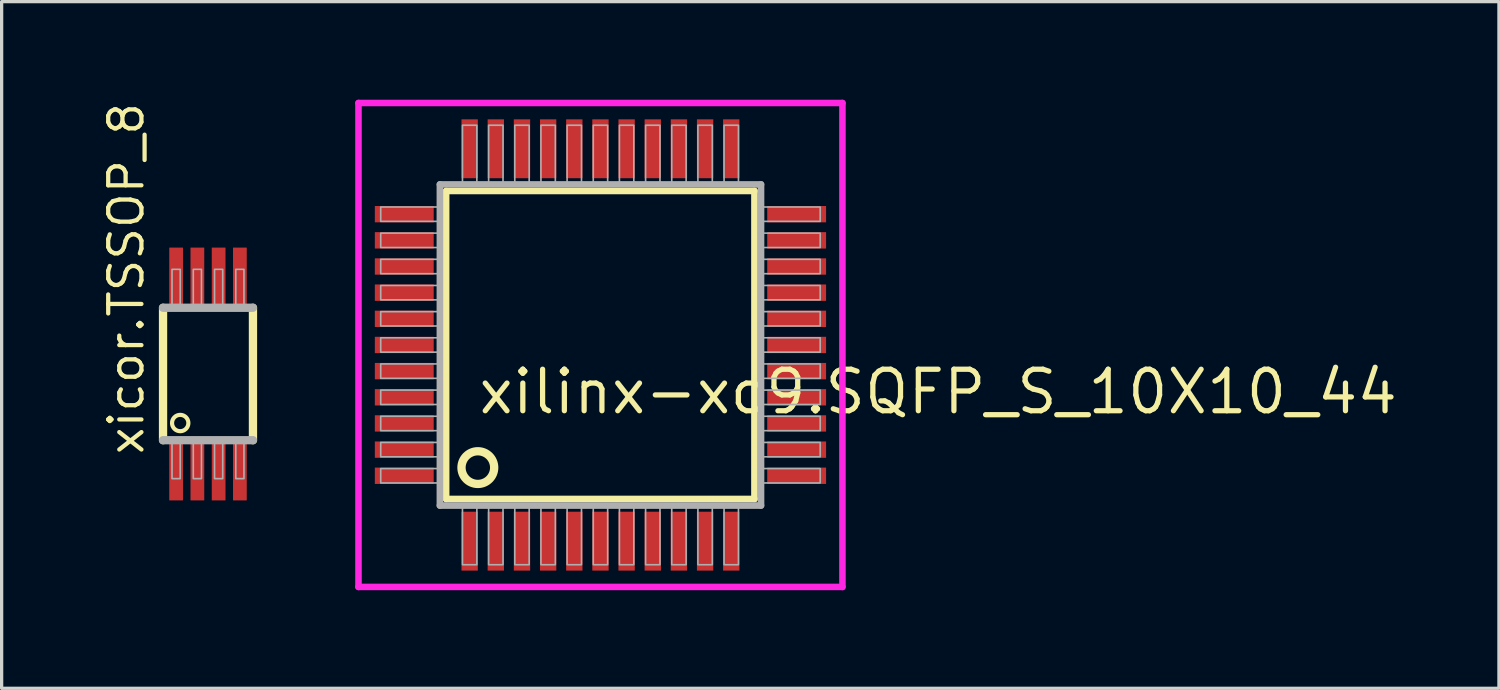
<source format=kicad_pcb>
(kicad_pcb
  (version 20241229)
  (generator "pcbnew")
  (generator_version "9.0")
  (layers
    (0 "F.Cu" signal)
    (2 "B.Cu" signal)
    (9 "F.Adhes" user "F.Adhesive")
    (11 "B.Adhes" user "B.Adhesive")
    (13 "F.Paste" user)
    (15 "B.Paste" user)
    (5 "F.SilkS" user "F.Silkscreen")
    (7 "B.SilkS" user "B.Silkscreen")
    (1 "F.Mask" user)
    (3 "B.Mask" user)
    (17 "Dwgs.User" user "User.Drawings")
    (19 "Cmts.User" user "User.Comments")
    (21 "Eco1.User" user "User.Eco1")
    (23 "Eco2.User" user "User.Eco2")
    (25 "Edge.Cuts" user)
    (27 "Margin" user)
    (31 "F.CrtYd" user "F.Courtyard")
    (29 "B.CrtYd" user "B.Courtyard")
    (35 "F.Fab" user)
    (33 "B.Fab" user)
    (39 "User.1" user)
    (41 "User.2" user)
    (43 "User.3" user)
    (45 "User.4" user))
  (footprint "xilinx-xc9.SQFP_S_10X10_44"
    (layer "F.Cu")
    (at 15.313 7.5)
    (property "Reference" "xilinx-xc9.SQFP_S_10X10_44" (at -3.81 2.175 0) (layer "F.SilkS") (effects (font (size 1.27 1.27) (thickness 0.16)) (justify left bottom)))
    (attr smd)
    (fp_line (start -4.72 -4.71) (end 4.71 -4.71) (stroke (width 0.203) (type default)) (layer "F.SilkS"))
    (fp_line (start -4.72 4.71) (end -4.72 -4.71) (stroke (width 0.203) (type default)) (layer "F.SilkS"))
    (fp_line (start 4.71 -4.71) (end 4.71 4.71) (stroke (width 0.203) (type default)) (layer "F.SilkS"))
    (fp_line (start 4.71 4.71) (end -4.72 4.71) (stroke (width 0.203) (type default)) (layer "F.SilkS"))
    (fp_circle (center -3.75 3.75) (end -3.25 3.75) (stroke (width 0.254) (type default)) (fill no) (layer "F.SilkS"))
    (fp_line (start -7.4 -7.4) (end 7.4 -7.4) (stroke (width 0.2) (type default)) (layer "F.CrtYd"))
    (fp_line (start -7.4 7.4) (end -7.4 -7.4) (stroke (width 0.2) (type default)) (layer "F.CrtYd"))
    (fp_line (start 7.4 -7.4) (end 7.4 7.4) (stroke (width 0.2) (type default)) (layer "F.CrtYd"))
    (fp_line (start 7.4 7.4) (end -7.4 7.4) (stroke (width 0.2) (type default)) (layer "F.CrtYd"))
    (fp_line (start -4.91 -4.91) (end -4.91 4.91) (stroke (width 0.203) (type default)) (layer "F.Fab"))
    (fp_line (start -4.91 4.91) (end 4.91 4.91) (stroke (width 0.203) (type default)) (layer "F.Fab"))
    (fp_line (start 4.91 -4.91) (end -4.91 -4.91) (stroke (width 0.203) (type default)) (layer "F.Fab"))
    (fp_line (start 4.91 4.91) (end 4.91 -4.91) (stroke (width 0.203) (type default)) (layer "F.Fab"))
    (fp_rect (start -6.72 -3.78) (end -4.95 -4.22) (stroke (width 0.05) (type default)) (fill no) (layer "F.Fab"))
    (fp_rect (start -6.72 -2.98) (end -4.95 -3.42) (stroke (width 0.05) (type default)) (fill no) (layer "F.Fab"))
    (fp_rect (start -6.72 -2.18) (end -4.95 -2.62) (stroke (width 0.05) (type default)) (fill no) (layer "F.Fab"))
    (fp_rect (start -6.72 -1.38) (end -4.95 -1.82) (stroke (width 0.05) (type default)) (fill no) (layer "F.Fab"))
    (fp_rect (start -6.72 -0.58) (end -4.95 -1.02) (stroke (width 0.05) (type default)) (fill no) (layer "F.Fab"))
    (fp_rect (start -6.72 0.22) (end -4.95 -0.22) (stroke (width 0.05) (type default)) (fill no) (layer "F.Fab"))
    (fp_rect (start -6.72 1.02) (end -4.95 0.58) (stroke (width 0.05) (type default)) (fill no) (layer "F.Fab"))
    (fp_rect (start -6.72 1.82) (end -4.95 1.38) (stroke (width 0.05) (type default)) (fill no) (layer "F.Fab"))
    (fp_rect (start -6.72 2.62) (end -4.95 2.18) (stroke (width 0.05) (type default)) (fill no) (layer "F.Fab"))
    (fp_rect (start -6.72 3.42) (end -4.95 2.98) (stroke (width 0.05) (type default)) (fill no) (layer "F.Fab"))
    (fp_rect (start -6.72 4.22) (end -4.95 3.78) (stroke (width 0.05) (type default)) (fill no) (layer "F.Fab"))
    (fp_rect (start -4.22 -4.95) (end -3.78 -6.72) (stroke (width 0.05) (type default)) (fill no) (layer "F.Fab"))
    (fp_rect (start -4.22 6.72) (end -3.78 4.95) (stroke (width 0.05) (type default)) (fill no) (layer "F.Fab"))
    (fp_rect (start -3.42 -4.95) (end -2.98 -6.72) (stroke (width 0.05) (type default)) (fill no) (layer "F.Fab"))
    (fp_rect (start -3.42 6.72) (end -2.98 4.95) (stroke (width 0.05) (type default)) (fill no) (layer "F.Fab"))
    (fp_rect (start -2.62 -4.95) (end -2.18 -6.72) (stroke (width 0.05) (type default)) (fill no) (layer "F.Fab"))
    (fp_rect (start -2.62 6.72) (end -2.18 4.95) (stroke (width 0.05) (type default)) (fill no) (layer "F.Fab"))
    (fp_rect (start -1.82 -4.95) (end -1.38 -6.72) (stroke (width 0.05) (type default)) (fill no) (layer "F.Fab"))
    (fp_rect (start -1.82 6.72) (end -1.38 4.95) (stroke (width 0.05) (type default)) (fill no) (layer "F.Fab"))
    (fp_rect (start -1.02 -4.95) (end -0.58 -6.72) (stroke (width 0.05) (type default)) (fill no) (layer "F.Fab"))
    (fp_rect (start -1.02 6.72) (end -0.58 4.95) (stroke (width 0.05) (type default)) (fill no) (layer "F.Fab"))
    (fp_rect (start -0.22 -4.95) (end 0.22 -6.72) (stroke (width 0.05) (type default)) (fill no) (layer "F.Fab"))
    (fp_rect (start -0.22 6.72) (end 0.22 4.95) (stroke (width 0.05) (type default)) (fill no) (layer "F.Fab"))
    (fp_rect (start 0.58 -4.95) (end 1.02 -6.72) (stroke (width 0.05) (type default)) (fill no) (layer "F.Fab"))
    (fp_rect (start 0.58 6.72) (end 1.02 4.95) (stroke (width 0.05) (type default)) (fill no) (layer "F.Fab"))
    (fp_rect (start 1.38 -4.95) (end 1.82 -6.72) (stroke (width 0.05) (type default)) (fill no) (layer "F.Fab"))
    (fp_rect (start 1.38 6.72) (end 1.82 4.95) (stroke (width 0.05) (type default)) (fill no) (layer "F.Fab"))
    (fp_rect (start 2.18 -4.95) (end 2.62 -6.72) (stroke (width 0.05) (type default)) (fill no) (layer "F.Fab"))
    (fp_rect (start 2.18 6.72) (end 2.62 4.95) (stroke (width 0.05) (type default)) (fill no) (layer "F.Fab"))
    (fp_rect (start 2.98 -4.95) (end 3.42 -6.72) (stroke (width 0.05) (type default)) (fill no) (layer "F.Fab"))
    (fp_rect (start 2.98 6.72) (end 3.42 4.95) (stroke (width 0.05) (type default)) (fill no) (layer "F.Fab"))
    (fp_rect (start 3.78 -4.95) (end 4.22 -6.72) (stroke (width 0.05) (type default)) (fill no) (layer "F.Fab"))
    (fp_rect (start 3.78 6.72) (end 4.22 4.95) (stroke (width 0.05) (type default)) (fill no) (layer "F.Fab"))
    (fp_rect (start 4.95 -3.78) (end 6.72 -4.22) (stroke (width 0.05) (type default)) (fill no) (layer "F.Fab"))
    (fp_rect (start 4.95 -2.98) (end 6.72 -3.42) (stroke (width 0.05) (type default)) (fill no) (layer "F.Fab"))
    (fp_rect (start 4.95 -2.18) (end 6.72 -2.62) (stroke (width 0.05) (type default)) (fill no) (layer "F.Fab"))
    (fp_rect (start 4.95 -1.38) (end 6.72 -1.82) (stroke (width 0.05) (type default)) (fill no) (layer "F.Fab"))
    (fp_rect (start 4.95 -0.58) (end 6.72 -1.02) (stroke (width 0.05) (type default)) (fill no) (layer "F.Fab"))
    (fp_rect (start 4.95 0.22) (end 6.72 -0.22) (stroke (width 0.05) (type default)) (fill no) (layer "F.Fab"))
    (fp_rect (start 4.95 1.02) (end 6.72 0.58) (stroke (width 0.05) (type default)) (fill no) (layer "F.Fab"))
    (fp_rect (start 4.95 1.82) (end 6.72 1.38) (stroke (width 0.05) (type default)) (fill no) (layer "F.Fab"))
    (fp_rect (start 4.95 2.62) (end 6.72 2.18) (stroke (width 0.05) (type default)) (fill no) (layer "F.Fab"))
    (fp_rect (start 4.95 3.42) (end 6.72 2.98) (stroke (width 0.05) (type default)) (fill no) (layer "F.Fab"))
    (fp_rect (start 4.95 4.22) (end 6.72 3.78) (stroke (width 0.05) (type default)) (fill no) (layer "F.Fab"))
    (pad "1" smd roundrect (at -4 6) (size 0.5 1.8) (layers "F.Cu" "F.Mask" "F.Paste") (roundrect_rratio 0.01))
    (pad "2" smd roundrect (at -3.2 6) (size 0.5 1.8) (layers "F.Cu" "F.Mask" "F.Paste") (roundrect_rratio 0.01))
    (pad "3" smd roundrect (at -2.4 6) (size 0.5 1.8) (layers "F.Cu" "F.Mask" "F.Paste") (roundrect_rratio 0.01))
    (pad "4" smd roundrect (at -1.6 6) (size 0.5 1.8) (layers "F.Cu" "F.Mask" "F.Paste") (roundrect_rratio 0.01))
    (pad "5" smd roundrect (at -0.8 6) (size 0.5 1.8) (layers "F.Cu" "F.Mask" "F.Paste") (roundrect_rratio 0.01))
    (pad "6" smd roundrect (at 0 6) (size 0.5 1.8) (layers "F.Cu" "F.Mask" "F.Paste") (roundrect_rratio 0.01))
    (pad "7" smd roundrect (at 0.8 6) (size 0.5 1.8) (layers "F.Cu" "F.Mask" "F.Paste") (roundrect_rratio 0.01))
    (pad "8" smd roundrect (at 1.6 6) (size 0.5 1.8) (layers "F.Cu" "F.Mask" "F.Paste") (roundrect_rratio 0.01))
    (pad "9" smd roundrect (at 2.4 6) (size 0.5 1.8) (layers "F.Cu" "F.Mask" "F.Paste") (roundrect_rratio 0.01))
    (pad "10" smd roundrect (at 3.2 6) (size 0.5 1.8) (layers "F.Cu" "F.Mask" "F.Paste") (roundrect_rratio 0.01))
    (pad "11" smd roundrect (at 4 6) (size 0.5 1.8) (layers "F.Cu" "F.Mask" "F.Paste") (roundrect_rratio 0.01))
    (pad "12" smd roundrect (at 6 4) (size 1.8 0.5) (layers "F.Cu" "F.Mask" "F.Paste") (roundrect_rratio 0.01))
    (pad "13" smd roundrect (at 6 3.2) (size 1.8 0.5) (layers "F.Cu" "F.Mask" "F.Paste") (roundrect_rratio 0.01))
    (pad "14" smd roundrect (at 6 2.4) (size 1.8 0.5) (layers "F.Cu" "F.Mask" "F.Paste") (roundrect_rratio 0.01))
    (pad "15" smd roundrect (at 6 1.6) (size 1.8 0.5) (layers "F.Cu" "F.Mask" "F.Paste") (roundrect_rratio 0.01))
    (pad "16" smd roundrect (at 6 0.8) (size 1.8 0.5) (layers "F.Cu" "F.Mask" "F.Paste") (roundrect_rratio 0.01))
    (pad "17" smd roundrect (at 6 0) (size 1.8 0.5) (layers "F.Cu" "F.Mask" "F.Paste") (roundrect_rratio 0.01))
    (pad "18" smd roundrect (at 6 -0.8) (size 1.8 0.5) (layers "F.Cu" "F.Mask" "F.Paste") (roundrect_rratio 0.01))
    (pad "19" smd roundrect (at 6 -1.6) (size 1.8 0.5) (layers "F.Cu" "F.Mask" "F.Paste") (roundrect_rratio 0.01))
    (pad "20" smd roundrect (at 6 -2.4) (size 1.8 0.5) (layers "F.Cu" "F.Mask" "F.Paste") (roundrect_rratio 0.01))
    (pad "21" smd roundrect (at 6 -3.2) (size 1.8 0.5) (layers "F.Cu" "F.Mask" "F.Paste") (roundrect_rratio 0.01))
    (pad "22" smd roundrect (at 6 -4) (size 1.8 0.5) (layers "F.Cu" "F.Mask" "F.Paste") (roundrect_rratio 0.01))
    (pad "23" smd roundrect (at 4 -6) (size 0.5 1.8) (layers "F.Cu" "F.Mask" "F.Paste") (roundrect_rratio 0.01))
    (pad "24" smd roundrect (at 3.2 -6) (size 0.5 1.8) (layers "F.Cu" "F.Mask" "F.Paste") (roundrect_rratio 0.01))
    (pad "25" smd roundrect (at 2.4 -6) (size 0.5 1.8) (layers "F.Cu" "F.Mask" "F.Paste") (roundrect_rratio 0.01))
    (pad "26" smd roundrect (at 1.6 -6) (size 0.5 1.8) (layers "F.Cu" "F.Mask" "F.Paste") (roundrect_rratio 0.01))
    (pad "27" smd roundrect (at 0.8 -6) (size 0.5 1.8) (layers "F.Cu" "F.Mask" "F.Paste") (roundrect_rratio 0.01))
    (pad "28" smd roundrect (at 0 -6) (size 0.5 1.8) (layers "F.Cu" "F.Mask" "F.Paste") (roundrect_rratio 0.01))
    (pad "29" smd roundrect (at -0.8 -6) (size 0.5 1.8) (layers "F.Cu" "F.Mask" "F.Paste") (roundrect_rratio 0.01))
    (pad "30" smd roundrect (at -1.6 -6) (size 0.5 1.8) (layers "F.Cu" "F.Mask" "F.Paste") (roundrect_rratio 0.01))
    (pad "31" smd roundrect (at -2.4 -6) (size 0.5 1.8) (layers "F.Cu" "F.Mask" "F.Paste") (roundrect_rratio 0.01))
    (pad "32" smd roundrect (at -3.2 -6) (size 0.5 1.8) (layers "F.Cu" "F.Mask" "F.Paste") (roundrect_rratio 0.01))
    (pad "33" smd roundrect (at -4 -6) (size 0.5 1.8) (layers "F.Cu" "F.Mask" "F.Paste") (roundrect_rratio 0.01))
    (pad "34" smd roundrect (at -6 -4) (size 1.8 0.5) (layers "F.Cu" "F.Mask" "F.Paste") (roundrect_rratio 0.01))
    (pad "35" smd roundrect (at -6 -3.2) (size 1.8 0.5) (layers "F.Cu" "F.Mask" "F.Paste") (roundrect_rratio 0.01))
    (pad "36" smd roundrect (at -6 -2.4) (size 1.8 0.5) (layers "F.Cu" "F.Mask" "F.Paste") (roundrect_rratio 0.01))
    (pad "37" smd roundrect (at -6 -1.6) (size 1.8 0.5) (layers "F.Cu" "F.Mask" "F.Paste") (roundrect_rratio 0.01))
    (pad "38" smd roundrect (at -6 -0.8) (size 1.8 0.5) (layers "F.Cu" "F.Mask" "F.Paste") (roundrect_rratio 0.01))
    (pad "39" smd roundrect (at -6 0) (size 1.8 0.5) (layers "F.Cu" "F.Mask" "F.Paste") (roundrect_rratio 0.01))
    (pad "40" smd roundrect (at -6 0.8) (size 1.8 0.5) (layers "F.Cu" "F.Mask" "F.Paste") (roundrect_rratio 0.01))
    (pad "41" smd roundrect (at -6 1.6) (size 1.8 0.5) (layers "F.Cu" "F.Mask" "F.Paste") (roundrect_rratio 0.01))
    (pad "42" smd roundrect (at -6 2.4) (size 1.8 0.5) (layers "F.Cu" "F.Mask" "F.Paste") (roundrect_rratio 0.01))
    (pad "43" smd roundrect (at -6 3.2) (size 1.8 0.5) (layers "F.Cu" "F.Mask" "F.Paste") (roundrect_rratio 0.01))
    (pad "44" smd roundrect (at -6 4) (size 1.8 0.5) (layers "F.Cu" "F.Mask" "F.Paste") (roundrect_rratio 0.01)))
  (footprint "xicor.TSSOP_8"
    (layer "F.Cu")
    (at 3.311 8.387)
    (property "Reference" "xicor.TSSOP_8" (at -1.905 2.54 90) (layer "F.SilkS") (effects (font (size 1.016 1.016) (thickness 0.13)) (justify left bottom)))
    (attr smd)
    (fp_line (start -1.375 2.025) (end -1.375 -2.025) (stroke (width 0.254) (type default)) (layer "F.SilkS"))
    (fp_line (start 1.375 -2.025) (end 1.375 2.025) (stroke (width 0.254) (type default)) (layer "F.SilkS"))
    (fp_circle (center -0.85 1.5) (end -0.6 1.5) (stroke (width 0.127) (type default)) (fill no) (layer "F.SilkS"))
    (fp_line (start -1.375 -2.025) (end 1.375 -2.025) (stroke (width 0.254) (type default)) (layer "F.Fab"))
    (fp_line (start 1.375 2.025) (end -1.375 2.025) (stroke (width 0.254) (type default)) (layer "F.Fab"))
    (fp_rect (start -1.1 -2.05) (end -0.85 -3.2) (stroke (width 0.05) (type default)) (fill no) (layer "F.Fab"))
    (fp_rect (start -1.1 3.2) (end -0.85 2.05) (stroke (width 0.05) (type default)) (fill no) (layer "F.Fab"))
    (fp_rect (start -0.45 -2.05) (end -0.2 -3.2) (stroke (width 0.05) (type default)) (fill no) (layer "F.Fab"))
    (fp_rect (start -0.45 3.2) (end -0.2 2.05) (stroke (width 0.05) (type default)) (fill no) (layer "F.Fab"))
    (fp_rect (start 0.2 -2.05) (end 0.45 -3.2) (stroke (width 0.05) (type default)) (fill no) (layer "F.Fab"))
    (fp_rect (start 0.2 3.2) (end 0.45 2.05) (stroke (width 0.05) (type default)) (fill no) (layer "F.Fab"))
    (fp_rect (start 0.85 -2.05) (end 1.1 -3.2) (stroke (width 0.05) (type default)) (fill no) (layer "F.Fab"))
    (fp_rect (start 0.85 3.2) (end 1.1 2.05) (stroke (width 0.05) (type default)) (fill no) (layer "F.Fab"))
    (pad "1" smd roundrect (at -0.975 2.975) (size 0.42 1.78) (layers "F.Cu" "F.Mask" "F.Paste") (roundrect_rratio 0.01))
    (pad "2" smd roundrect (at -0.325 2.975) (size 0.42 1.78) (layers "F.Cu" "F.Mask" "F.Paste") (roundrect_rratio 0.01))
    (pad "3" smd roundrect (at 0.325 2.975) (size 0.42 1.78) (layers "F.Cu" "F.Mask" "F.Paste") (roundrect_rratio 0.01))
    (pad "4" smd roundrect (at 0.975 2.975) (size 0.42 1.78) (layers "F.Cu" "F.Mask" "F.Paste") (roundrect_rratio 0.01))
    (pad "5" smd roundrect (at 0.975 -2.975 180) (size 0.42 1.78) (layers "F.Cu" "F.Mask" "F.Paste") (roundrect_rratio 0.01))
    (pad "6" smd roundrect (at 0.325 -2.975 180) (size 0.42 1.78) (layers "F.Cu" "F.Mask" "F.Paste") (roundrect_rratio 0.01))
    (pad "7" smd roundrect (at -0.325 -2.975 180) (size 0.42 1.78) (layers "F.Cu" "F.Mask" "F.Paste") (roundrect_rratio 0.01))
    (pad "8" smd roundrect (at -0.975 -2.975 180) (size 0.42 1.78) (layers "F.Cu" "F.Mask" "F.Paste") (roundrect_rratio 0.01)))
  (gr_rect
    (start -3 -3)
    (end 42.79 18)
    (stroke (width 0.1) (type default))
    (fill no)
    (layer "Edge.Cuts")))
</source>
